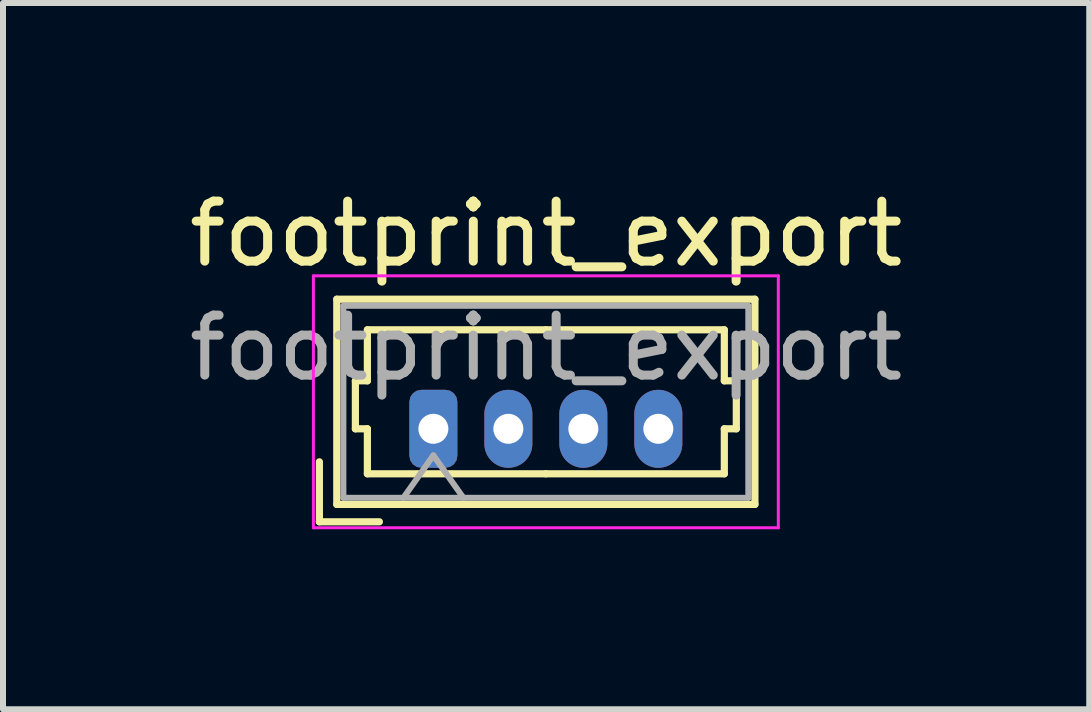
<source format=kicad_pcb>
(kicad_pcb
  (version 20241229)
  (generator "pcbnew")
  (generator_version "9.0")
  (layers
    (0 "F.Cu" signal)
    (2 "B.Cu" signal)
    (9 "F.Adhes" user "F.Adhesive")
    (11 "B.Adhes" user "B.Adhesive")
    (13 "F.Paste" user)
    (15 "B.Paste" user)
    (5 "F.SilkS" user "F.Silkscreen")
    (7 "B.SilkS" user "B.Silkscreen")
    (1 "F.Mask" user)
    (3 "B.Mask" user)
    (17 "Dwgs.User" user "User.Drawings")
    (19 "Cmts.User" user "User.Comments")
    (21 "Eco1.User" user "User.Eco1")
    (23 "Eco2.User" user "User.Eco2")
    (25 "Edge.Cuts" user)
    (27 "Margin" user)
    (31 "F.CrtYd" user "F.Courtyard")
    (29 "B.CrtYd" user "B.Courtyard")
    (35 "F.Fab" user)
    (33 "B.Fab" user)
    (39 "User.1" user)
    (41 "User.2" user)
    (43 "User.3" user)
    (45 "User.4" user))
  (footprint "footprint_export"
    (layer "F.Cu")
    (at 4.174 4.098)
    (property "Reference" "footprint_export" (at 1.88 -3.25 0) (layer "F.SilkS") (effects (font (size 1 1) (thickness 0.15))))
    (attr through_hole)
    (fp_line (start -1.9 1.55) (end -1.9 0.55) (stroke (width 0.12) (type solid)) (layer "F.SilkS"))
    (fp_line (start -1.9 1.55) (end -0.9 1.55) (stroke (width 0.12) (type solid)) (layer "F.SilkS"))
    (fp_line (start -1.61 -2.16) (end -1.61 1.26) (stroke (width 0.12) (type solid)) (layer "F.SilkS"))
    (fp_line (start -1.61 1.26) (end 5.36 1.26) (stroke (width 0.12) (type solid)) (layer "F.SilkS"))
    (fp_line (start -1.3 -0.8) (end -1.1 -0.8) (stroke (width 0.12) (type solid)) (layer "F.SilkS"))
    (fp_line (start -1.3 0) (end -1.3 -0.8) (stroke (width 0.12) (type solid)) (layer "F.SilkS"))
    (fp_line (start -1.1 -1.65) (end 1.875 -1.65) (stroke (width 0.12) (type solid)) (layer "F.SilkS"))
    (fp_line (start -1.1 -0.8) (end -1.1 -1.65) (stroke (width 0.12) (type solid)) (layer "F.SilkS"))
    (fp_line (start -1.1 0) (end -1.3 0) (stroke (width 0.12) (type solid)) (layer "F.SilkS"))
    (fp_line (start -1.1 0.75) (end -1.1 0) (stroke (width 0.12) (type solid)) (layer "F.SilkS"))
    (fp_line (start 1.875 0.75) (end -1.1 0.75) (stroke (width 0.12) (type solid)) (layer "F.SilkS"))
    (fp_line (start 1.875 0.75) (end 4.85 0.75) (stroke (width 0.12) (type solid)) (layer "F.SilkS"))
    (fp_line (start 4.85 -1.65) (end 1.875 -1.65) (stroke (width 0.12) (type solid)) (layer "F.SilkS"))
    (fp_line (start 4.85 -0.8) (end 4.85 -1.65) (stroke (width 0.12) (type solid)) (layer "F.SilkS"))
    (fp_line (start 4.85 0) (end 5.05 0) (stroke (width 0.12) (type solid)) (layer "F.SilkS"))
    (fp_line (start 4.85 0.75) (end 4.85 0) (stroke (width 0.12) (type solid)) (layer "F.SilkS"))
    (fp_line (start 5.05 -0.8) (end 4.85 -0.8) (stroke (width 0.12) (type solid)) (layer "F.SilkS"))
    (fp_line (start 5.05 0) (end 5.05 -0.8) (stroke (width 0.12) (type solid)) (layer "F.SilkS"))
    (fp_line (start 5.36 -2.16) (end -1.61 -2.16) (stroke (width 0.12) (type solid)) (layer "F.SilkS"))
    (fp_line (start 5.36 1.26) (end 5.36 -2.16) (stroke (width 0.12) (type solid)) (layer "F.SilkS"))
    (fp_line (start -2 -2.55) (end -2 1.65) (stroke (width 0.05) (type solid)) (layer "F.CrtYd"))
    (fp_line (start -2 1.65) (end 5.75 1.65) (stroke (width 0.05) (type solid)) (layer "F.CrtYd"))
    (fp_line (start 5.75 -2.55) (end -2 -2.55) (stroke (width 0.05) (type solid)) (layer "F.CrtYd"))
    (fp_line (start 5.75 1.65) (end 5.75 -2.55) (stroke (width 0.05) (type solid)) (layer "F.CrtYd"))
    (fp_line (start -1.5 -2.05) (end -1.5 1.15) (stroke (width 0.1) (type solid)) (layer "F.Fab"))
    (fp_line (start -1.5 1.15) (end 5.25 1.15) (stroke (width 0.1) (type solid)) (layer "F.Fab"))
    (fp_line (start -0.5 1.15) (end 0 0.443) (stroke (width 0.1) (type solid)) (layer "F.Fab"))
    (fp_line (start 0 0.443) (end 0.5 1.15) (stroke (width 0.1) (type solid)) (layer "F.Fab"))
    (fp_line (start 5.25 -2.05) (end -1.5 -2.05) (stroke (width 0.1) (type solid)) (layer "F.Fab"))
    (fp_line (start 5.25 1.15) (end 5.25 -2.05) (stroke (width 0.1) (type solid)) (layer "F.Fab"))
    (fp_text user "${REFERENCE}" (at 1.88 -1.35 0) (layer "F.Fab") (effects (font (size 1 1) (thickness 0.15))))
    (pad "1" thru_hole roundrect (at 0 0) (size 0.8 1.3) (drill 0.5) (layers "*.Cu" "*.Mask") (roundrect_rratio 0.25))
    (pad "2" thru_hole oval (at 1.25 0) (size 0.8 1.3) (drill 0.5) (layers "*.Cu" "*.Mask"))
    (pad "3" thru_hole oval (at 2.5 0) (size 0.8 1.3) (drill 0.5) (layers "*.Cu" "*.Mask"))
    (pad "4" thru_hole oval (at 3.75 0) (size 0.8 1.3) (drill 0.5) (layers "*.Cu" "*.Mask")))
  (gr_rect
    (start -3 -3)
    (end 15.107 8.773)
    (stroke (width 0.1) (type default))
    (fill no)
    (layer "Edge.Cuts")))
</source>
